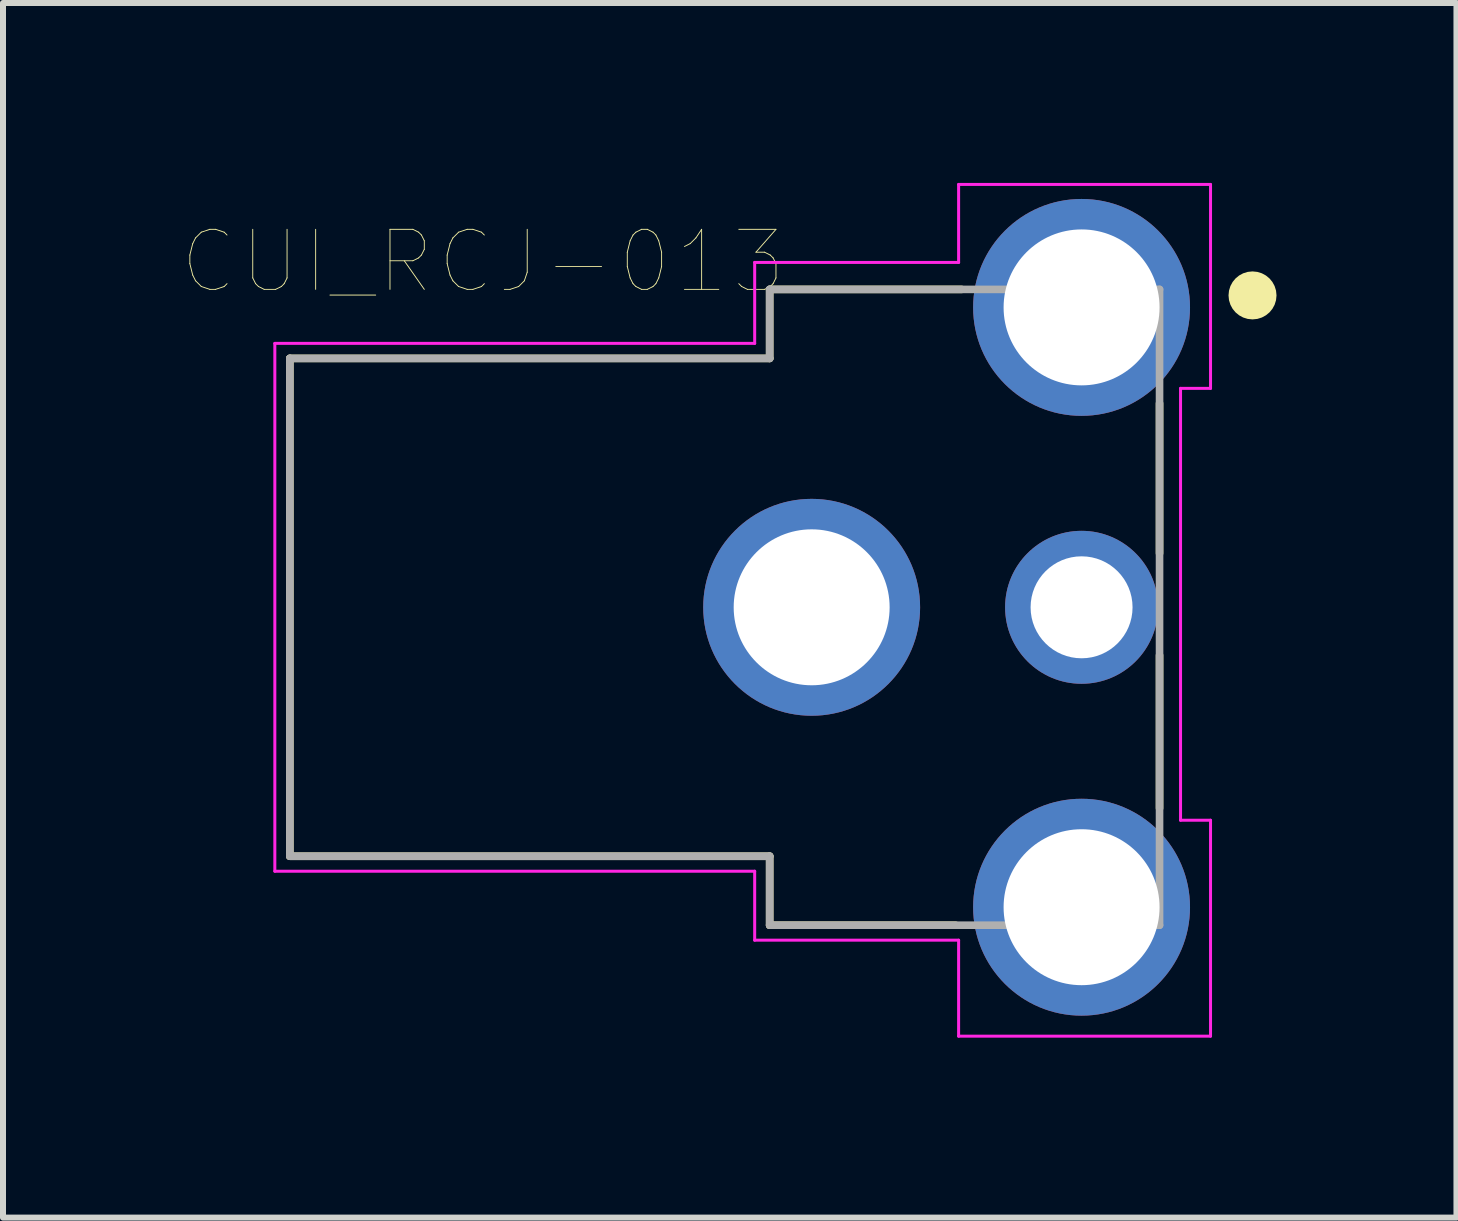
<source format=kicad_pcb>
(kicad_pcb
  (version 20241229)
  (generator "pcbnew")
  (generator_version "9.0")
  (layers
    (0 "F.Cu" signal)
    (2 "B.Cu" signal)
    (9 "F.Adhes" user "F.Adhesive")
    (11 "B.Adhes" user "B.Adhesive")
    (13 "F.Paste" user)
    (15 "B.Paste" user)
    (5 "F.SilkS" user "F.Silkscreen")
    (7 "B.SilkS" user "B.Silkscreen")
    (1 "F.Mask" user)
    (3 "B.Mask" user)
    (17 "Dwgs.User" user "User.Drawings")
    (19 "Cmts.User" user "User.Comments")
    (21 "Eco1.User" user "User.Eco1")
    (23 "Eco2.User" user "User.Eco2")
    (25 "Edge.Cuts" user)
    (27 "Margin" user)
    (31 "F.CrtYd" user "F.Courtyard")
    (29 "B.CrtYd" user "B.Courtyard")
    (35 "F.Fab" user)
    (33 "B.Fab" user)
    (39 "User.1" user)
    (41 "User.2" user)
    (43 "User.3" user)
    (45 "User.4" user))
  (footprint "CUI_RCJ-013"
    (layer "F.Cu")
    (at 9.032 7.075)
    (property "Reference" "CUI_RCJ-013" (at -4.031 -5.763 0) (layer "F.SilkS") (effects (font (size 1.001 1.001) (thickness 0.015))))
    (attr through_hole)
    (fp_line (start -7.25 -4.15) (end -7.25 4.15) (stroke (width 0.127) (type solid)) (layer "F.SilkS"))
    (fp_line (start -7.25 4.15) (end 0.75 4.15) (stroke (width 0.127) (type solid)) (layer "F.SilkS"))
    (fp_line (start 0.75 -5.3) (end 0.75 -4.15) (stroke (width 0.127) (type solid)) (layer "F.SilkS"))
    (fp_line (start 0.75 -4.15) (end -7.25 -4.15) (stroke (width 0.127) (type solid)) (layer "F.SilkS"))
    (fp_line (start 0.75 4.15) (end 0.75 5.3) (stroke (width 0.127) (type solid)) (layer "F.SilkS"))
    (fp_line (start 0.75 5.3) (end 3.85 5.3) (stroke (width 0.127) (type solid)) (layer "F.SilkS"))
    (fp_line (start 3.95 -5.3) (end 0.75 -5.3) (stroke (width 0.127) (type solid)) (layer "F.SilkS"))
    (fp_line (start 7.25 -0.9) (end 7.25 -3.4) (stroke (width 0.127) (type solid)) (layer "F.SilkS"))
    (fp_line (start 7.25 3.35) (end 7.25 0.8) (stroke (width 0.127) (type solid)) (layer "F.SilkS"))
    (fp_circle (center 8.8 -5.2) (end 9 -5.2) (stroke (width 0.4) (type solid)) (fill no) (layer "F.SilkS"))
    (fp_line (start -7.5 -4.4) (end -7.5 4.4) (stroke (width 0.05) (type solid)) (layer "F.CrtYd"))
    (fp_line (start -7.5 4.4) (end 0.5 4.4) (stroke (width 0.05) (type solid)) (layer "F.CrtYd"))
    (fp_line (start 0.5 -5.75) (end 0.5 -4.4) (stroke (width 0.05) (type solid)) (layer "F.CrtYd"))
    (fp_line (start 0.5 -4.4) (end -7.5 -4.4) (stroke (width 0.05) (type solid)) (layer "F.CrtYd"))
    (fp_line (start 0.5 4.4) (end 0.5 5.55) (stroke (width 0.05) (type solid)) (layer "F.CrtYd"))
    (fp_line (start 0.5 5.55) (end 3.9 5.55) (stroke (width 0.05) (type solid)) (layer "F.CrtYd"))
    (fp_line (start 3.9 -7.05) (end 8.1 -7.05) (stroke (width 0.05) (type solid)) (layer "F.CrtYd"))
    (fp_line (start 3.9 -5.75) (end 0.5 -5.75) (stroke (width 0.05) (type solid)) (layer "F.CrtYd"))
    (fp_line (start 3.9 -5.75) (end 3.9 -7.05) (stroke (width 0.05) (type solid)) (layer "F.CrtYd"))
    (fp_line (start 3.9 7.15) (end 3.9 5.55) (stroke (width 0.05) (type solid)) (layer "F.CrtYd"))
    (fp_line (start 7.6 -3.65) (end 7.6 3.55) (stroke (width 0.05) (type solid)) (layer "F.CrtYd"))
    (fp_line (start 7.6 3.55) (end 8.1 3.55) (stroke (width 0.05) (type solid)) (layer "F.CrtYd"))
    (fp_line (start 8.1 -7.05) (end 8.1 -3.65) (stroke (width 0.05) (type solid)) (layer "F.CrtYd"))
    (fp_line (start 8.1 -3.65) (end 7.6 -3.65) (stroke (width 0.05) (type solid)) (layer "F.CrtYd"))
    (fp_line (start 8.1 7.15) (end 3.9 7.15) (stroke (width 0.05) (type solid)) (layer "F.CrtYd"))
    (fp_line (start 8.1 7.15) (end 8.1 3.55) (stroke (width 0.05) (type solid)) (layer "F.CrtYd"))
    (fp_line (start -7.25 -4.15) (end -7.25 4.15) (stroke (width 0.127) (type solid)) (layer "F.Fab"))
    (fp_line (start -7.25 4.15) (end 0.75 4.15) (stroke (width 0.127) (type solid)) (layer "F.Fab"))
    (fp_line (start 0.75 -5.3) (end 0.75 -4.15) (stroke (width 0.127) (type solid)) (layer "F.Fab"))
    (fp_line (start 0.75 -4.15) (end -7.25 -4.15) (stroke (width 0.127) (type solid)) (layer "F.Fab"))
    (fp_line (start 0.75 4.15) (end 0.75 5.3) (stroke (width 0.127) (type solid)) (layer "F.Fab"))
    (fp_line (start 0.75 5.3) (end 7.25 5.3) (stroke (width 0.127) (type solid)) (layer "F.Fab"))
    (fp_line (start 7.25 -5.3) (end 0.75 -5.3) (stroke (width 0.127) (type solid)) (layer "F.Fab"))
    (fp_line (start 7.25 5.3) (end 7.25 -5.3) (stroke (width 0.127) (type solid)) (layer "F.Fab"))
    (pad "1A" thru_hole circle (at 5.95 -5) (size 3.616 3.616) (drill 2.6) (layers "*.Cu" "*.Mask"))
    (pad "1B" thru_hole circle (at 5.95 5) (size 3.616 3.616) (drill 2.6) (layers "*.Cu" "*.Mask"))
    (pad "1C" thru_hole circle (at 1.45 0) (size 3.616 3.616) (drill 2.6) (layers "*.Cu" "*.Mask"))
    (pad "2" thru_hole circle (at 5.95 0) (size 2.55 2.55) (drill 1.7) (layers "*.Cu" "*.Mask")))
  (gr_rect
    (start -3 -3)
    (end 21.232 17.25)
    (stroke (width 0.1) (type default))
    (fill no)
    (layer "Edge.Cuts")))
</source>
